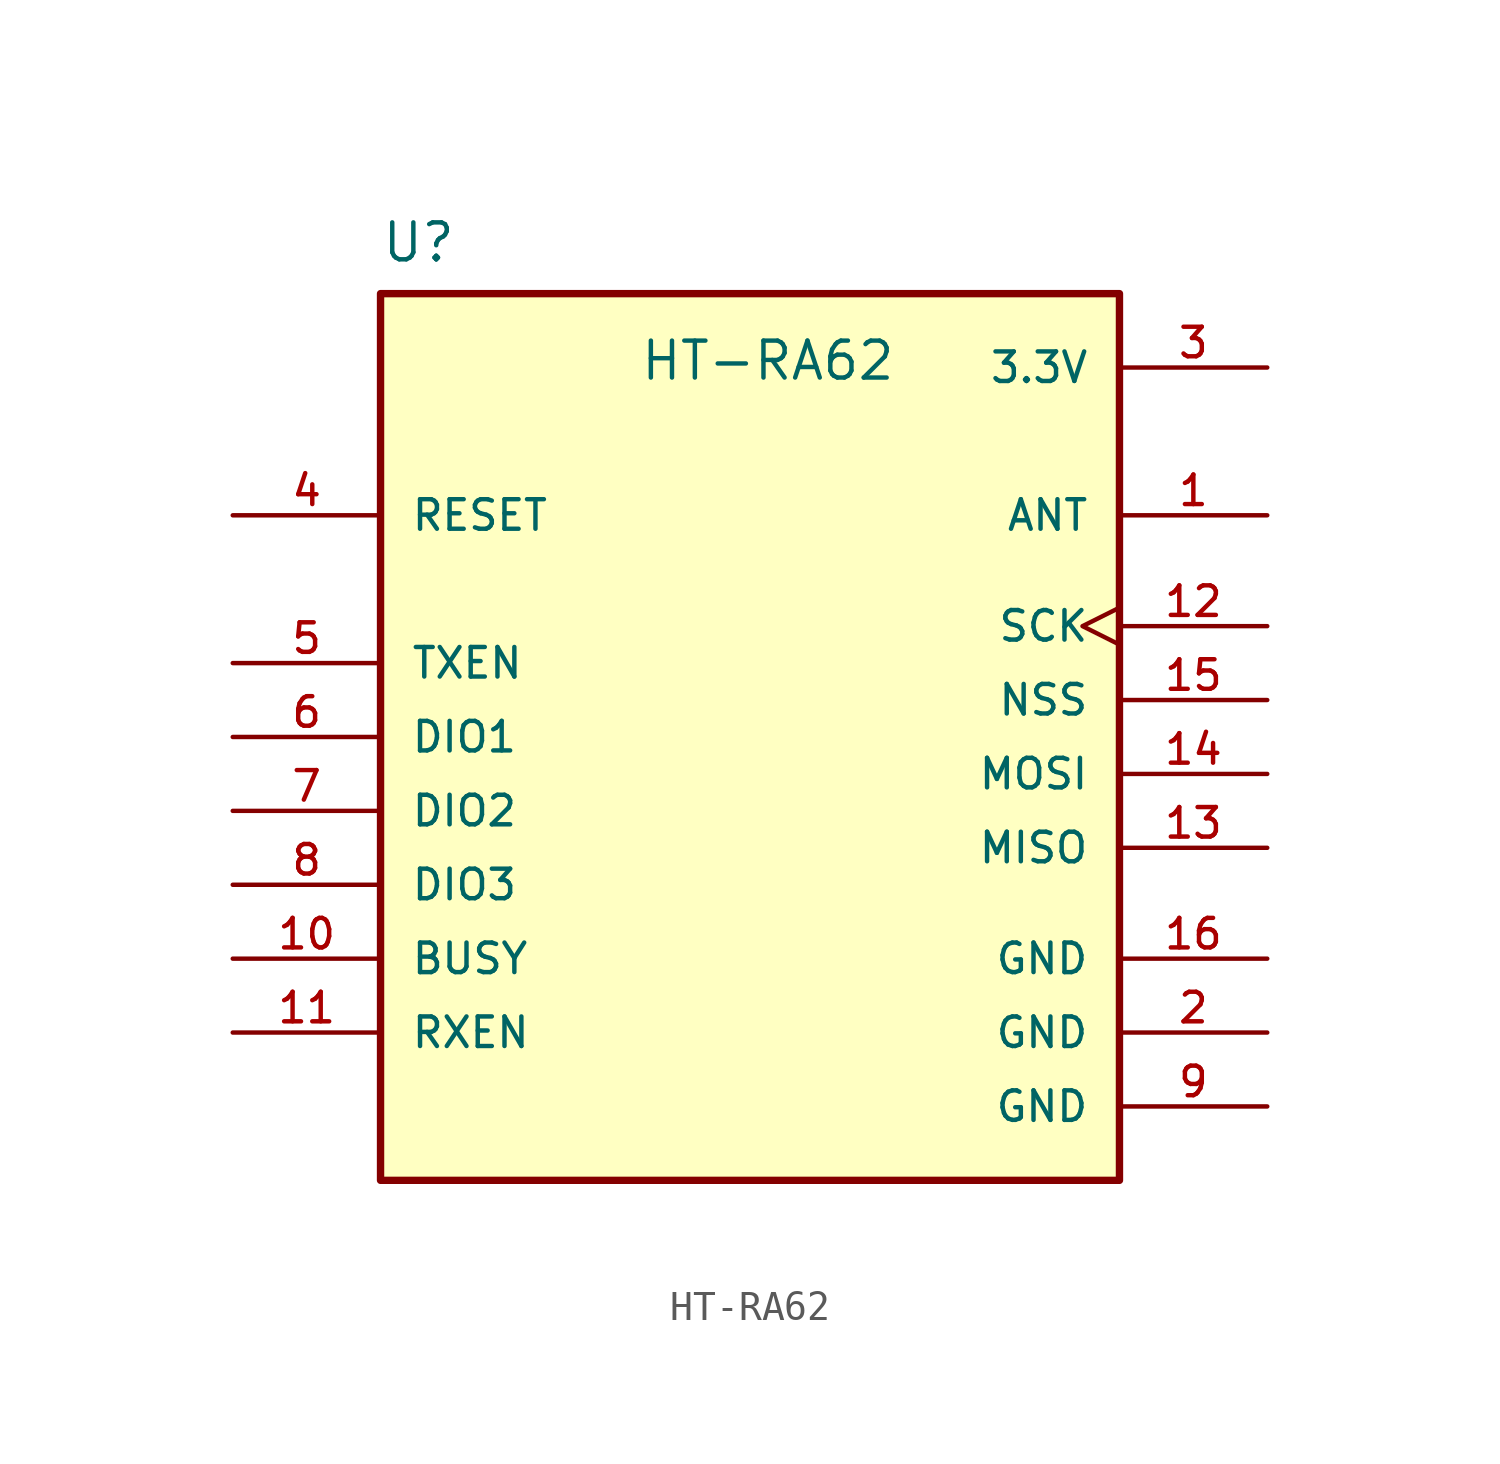
<source format=kicad_sym>
(kicad_symbol_lib
  (version 20241209)
  (generator "kicad_symbol_editor")
  (generator_version "9.0")
  (symbol "HT-RA62"
    (pin_names
      (offset 1.016))
    (property "Reference" "U"
      (at -12.7 16.256 0)
      (effects (font (size 1.27 1.27)) (justify left bottom)))
    (property "Value" "HT-RA62"
      (at -3.81 12.192 0)
      (effects (font (size 1.27 1.27)) (justify left bottom)))
    (symbol "HT-RA62_0_0"
      (rectangle (start -12.7 15.24) (end 12.7 -15.24) (stroke (width 0.254) (type default)) (fill (type background)))
      (pin input line (at -17.78 7.62 0) (length 5.08) (name "RESET" (effects (font (size 1.016 1.016)))) (number "4" (effects (font (size 1.016 1.016)))))
      (pin bidirectional line (at -17.78 0 0) (length 5.08) (name "DIO1" (effects (font (size 1.016 1.016)))) (number "6" (effects (font (size 1.016 1.016)))))
      (pin bidirectional line (at -17.78 -2.54 0) (length 5.08) (name "DIO2" (effects (font (size 1.016 1.016)))) (number "7" (effects (font (size 1.016 1.016)))))
      (pin bidirectional line (at -17.78 -5.08 0) (length 5.08) (name "DIO3" (effects (font (size 1.016 1.016)))) (number "8" (effects (font (size 1.016 1.016)))))
      (pin power_in line (at 17.78 12.7 180) (length 5.08) (name "3.3V" (effects (font (size 1.016 1.016)))) (number "3" (effects (font (size 1.016 1.016)))))
      (pin bidirectional line (at 17.78 7.62 180) (length 5.08) (name "ANT" (effects (font (size 1.016 1.016)))) (number "1" (effects (font (size 1.016 1.016)))))
      (pin input clock (at 17.78 3.81 180) (length 5.08) (name "SCK" (effects (font (size 1.016 1.016)))) (number "12" (effects (font (size 1.016 1.016)))))
      (pin input line (at 17.78 1.27 180) (length 5.08) (name "NSS" (effects (font (size 1.016 1.016)))) (number "15" (effects (font (size 1.016 1.016)))))
      (pin input line (at 17.78 -1.27 180) (length 5.08) (name "MOSI" (effects (font (size 1.016 1.016)))) (number "14" (effects (font (size 1.016 1.016)))))
      (pin output line (at 17.78 -3.81 180) (length 5.08) (name "MISO" (effects (font (size 1.016 1.016)))) (number "13" (effects (font (size 1.016 1.016)))))
      (pin power_in line (at 17.78 -10.16 180) (length 5.08) (name "GND" (effects (font (size 1.016 1.016)))) (number "2" (effects (font (size 1.016 1.016)))))
      (pin power_in line (at 17.78 -12.7 180) (length 5.08) (name "GND" (effects (font (size 1.016 1.016)))) (number "9" (effects (font (size 1.016 1.016))))))
    (symbol "HT-RA62_1_0"
      (pin bidirectional line (at -17.78 2.54 0) (length 5.08) (name "TXEN" (effects (font (size 1.016 1.016)))) (number "5" (effects (font (size 1.016 1.016)))))
      (pin bidirectional line (at -17.78 -7.62 0) (length 5.08) (name "BUSY" (effects (font (size 1.016 1.016)))) (number "10" (effects (font (size 1.016 1.016)))))
      (pin bidirectional line (at -17.78 -10.16 0) (length 5.08) (name "RXEN" (effects (font (size 1.016 1.016)))) (number "11" (effects (font (size 1.016 1.016)))))
      (pin power_in line (at 17.78 -7.62 180) (length 5.08) (name "GND" (effects (font (size 1.016 1.016)))) (number "16" (effects (font (size 1.016 1.016))))))))
</source>
